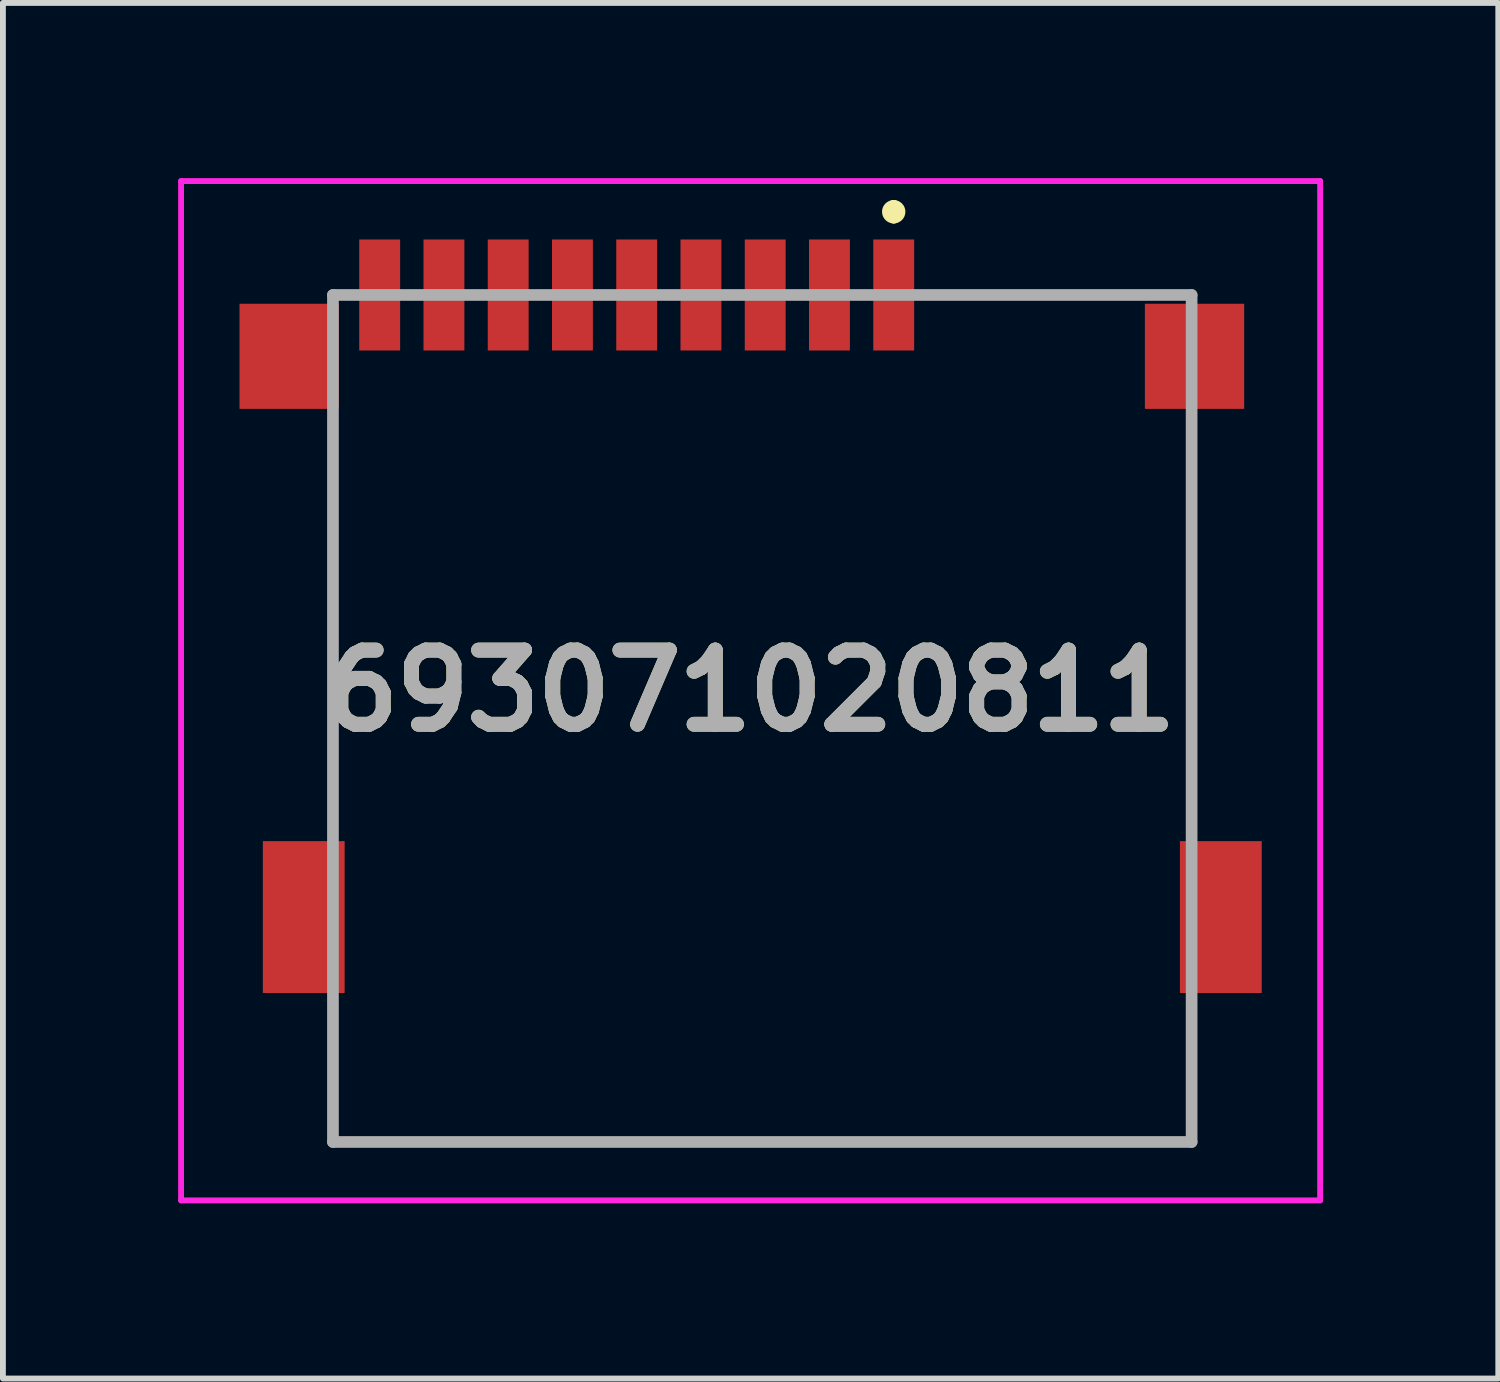
<source format=kicad_pcb>
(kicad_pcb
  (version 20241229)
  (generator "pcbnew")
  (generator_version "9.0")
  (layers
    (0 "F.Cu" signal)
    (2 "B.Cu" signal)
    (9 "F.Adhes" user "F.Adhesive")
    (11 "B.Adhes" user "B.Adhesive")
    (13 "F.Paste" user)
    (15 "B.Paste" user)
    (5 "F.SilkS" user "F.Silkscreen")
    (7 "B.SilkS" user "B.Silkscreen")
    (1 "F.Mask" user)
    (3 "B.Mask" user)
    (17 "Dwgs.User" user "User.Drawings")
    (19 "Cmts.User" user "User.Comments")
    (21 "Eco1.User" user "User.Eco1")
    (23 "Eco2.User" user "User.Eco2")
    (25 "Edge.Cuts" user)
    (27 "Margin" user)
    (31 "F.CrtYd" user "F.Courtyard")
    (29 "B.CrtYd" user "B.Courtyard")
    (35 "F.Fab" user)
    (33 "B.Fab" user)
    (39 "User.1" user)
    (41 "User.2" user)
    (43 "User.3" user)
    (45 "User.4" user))
  (footprint "693071020811"
    (layer "F.Cu")
    (at 9.8 8.775)
    (property "Reference" "693071020811" (at 0 0 0) (layer "F.SilkS") (effects (font (size 1.27 1.27) (thickness 0.254))))
    (attr through_hole)
    (fp_line (start -7.15 -4.275) (end -7.15 1.725) (stroke (width 0.1) (type solid)) (layer "F.SilkS"))
    (fp_line (start -7.15 6.225) (end -7.15 7.725) (stroke (width 0.1) (type solid)) (layer "F.SilkS"))
    (fp_line (start -7.15 7.725) (end 7.55 7.725) (stroke (width 0.1) (type solid)) (layer "F.SilkS"))
    (fp_line (start 2.45 -8.3) (end 2.45 -8.3) (stroke (width 0.2) (type solid)) (layer "F.SilkS"))
    (fp_line (start 2.45 -8.1) (end 2.45 -8.1) (stroke (width 0.2) (type solid)) (layer "F.SilkS"))
    (fp_line (start 3.7 -6.775) (end 6.2 -6.775) (stroke (width 0.1) (type solid)) (layer "F.SilkS"))
    (fp_line (start 7.55 -4.275) (end 7.55 1.725) (stroke (width 0.1) (type solid)) (layer "F.SilkS"))
    (fp_line (start 7.55 7.725) (end 7.55 6.225) (stroke (width 0.1) (type solid)) (layer "F.SilkS"))
    (fp_arc (start 2.45 -8.3) (mid 2.55 -8.2) (end 2.45 -8.1) (stroke (width 0.2) (type solid)) (layer "F.SilkS"))
    (fp_arc (start 2.45 -8.1) (mid 2.35 -8.2) (end 2.45 -8.3) (stroke (width 0.2) (type solid)) (layer "F.SilkS"))
    (fp_line (start -9.75 -8.725) (end 9.75 -8.725) (stroke (width 0.1) (type solid)) (layer "F.CrtYd"))
    (fp_line (start -9.75 8.725) (end -9.75 -8.725) (stroke (width 0.1) (type solid)) (layer "F.CrtYd"))
    (fp_line (start 9.75 -8.725) (end 9.75 8.725) (stroke (width 0.1) (type solid)) (layer "F.CrtYd"))
    (fp_line (start 9.75 8.725) (end -9.75 8.725) (stroke (width 0.1) (type solid)) (layer "F.CrtYd"))
    (fp_line (start -7.15 -6.775) (end 7.55 -6.775) (stroke (width 0.2) (type solid)) (layer "F.Fab"))
    (fp_line (start -7.15 7.725) (end -7.15 -6.775) (stroke (width 0.2) (type solid)) (layer "F.Fab"))
    (fp_line (start 7.55 -6.775) (end 7.55 7.725) (stroke (width 0.2) (type solid)) (layer "F.Fab"))
    (fp_line (start 7.55 7.725) (end -7.15 7.725) (stroke (width 0.2) (type solid)) (layer "F.Fab"))
    (fp_text user "${REFERENCE}" (at 0 0 0) (layer "F.Fab") (effects (font (size 1.27 1.27) (thickness 0.254))))
    (pad "" np_thru_hole circle (at -4.75 3.875) (size 0.001 0.001) (drill 1) (layers "*.Cu" "*.Mask"))
    (pad "" np_thru_hole circle (at 3.25 3.875) (size 0.001 0.001) (drill 1.923) (layers "*.Cu" "*.Mask"))
    (pad "1" smd rect (at 2.45 -6.775) (size 0.7 1.9) (layers "F.Cu" "F.Mask" "F.Paste"))
    (pad "2" smd rect (at 1.35 -6.775) (size 0.7 1.9) (layers "F.Cu" "F.Mask" "F.Paste"))
    (pad "3" smd rect (at 0.25 -6.775) (size 0.7 1.9) (layers "F.Cu" "F.Mask" "F.Paste"))
    (pad "4" smd rect (at -0.85 -6.775) (size 0.7 1.9) (layers "F.Cu" "F.Mask" "F.Paste"))
    (pad "5" smd rect (at -1.95 -6.775) (size 0.7 1.9) (layers "F.Cu" "F.Mask" "F.Paste"))
    (pad "6" smd rect (at -3.05 -6.775) (size 0.7 1.9) (layers "F.Cu" "F.Mask" "F.Paste"))
    (pad "7" smd rect (at -4.15 -6.775) (size 0.7 1.9) (layers "F.Cu" "F.Mask" "F.Paste"))
    (pad "8" smd rect (at -5.25 -6.775) (size 0.7 1.9) (layers "F.Cu" "F.Mask" "F.Paste"))
    (pad "9" smd rect (at -6.35 -6.775) (size 0.7 1.9) (layers "F.Cu" "F.Mask" "F.Paste"))
    (pad "10" smd rect (at -7.9 -5.725) (size 1.7 1.8) (layers "F.Cu" "F.Mask" "F.Paste"))
    (pad "11" smd rect (at 7.6 -5.725) (size 1.7 1.8) (layers "F.Cu" "F.Mask" "F.Paste"))
    (pad "12" smd rect (at -7.65 3.875) (size 1.4 2.6) (layers "F.Cu" "F.Mask" "F.Paste"))
    (pad "13" smd rect (at 8.05 3.875) (size 1.4 2.6) (layers "F.Cu" "F.Mask" "F.Paste")))
  (gr_rect
    (start -3 -3)
    (end 22.6 20.55)
    (stroke (width 0.1) (type default))
    (fill no)
    (layer "Edge.Cuts")))
</source>
